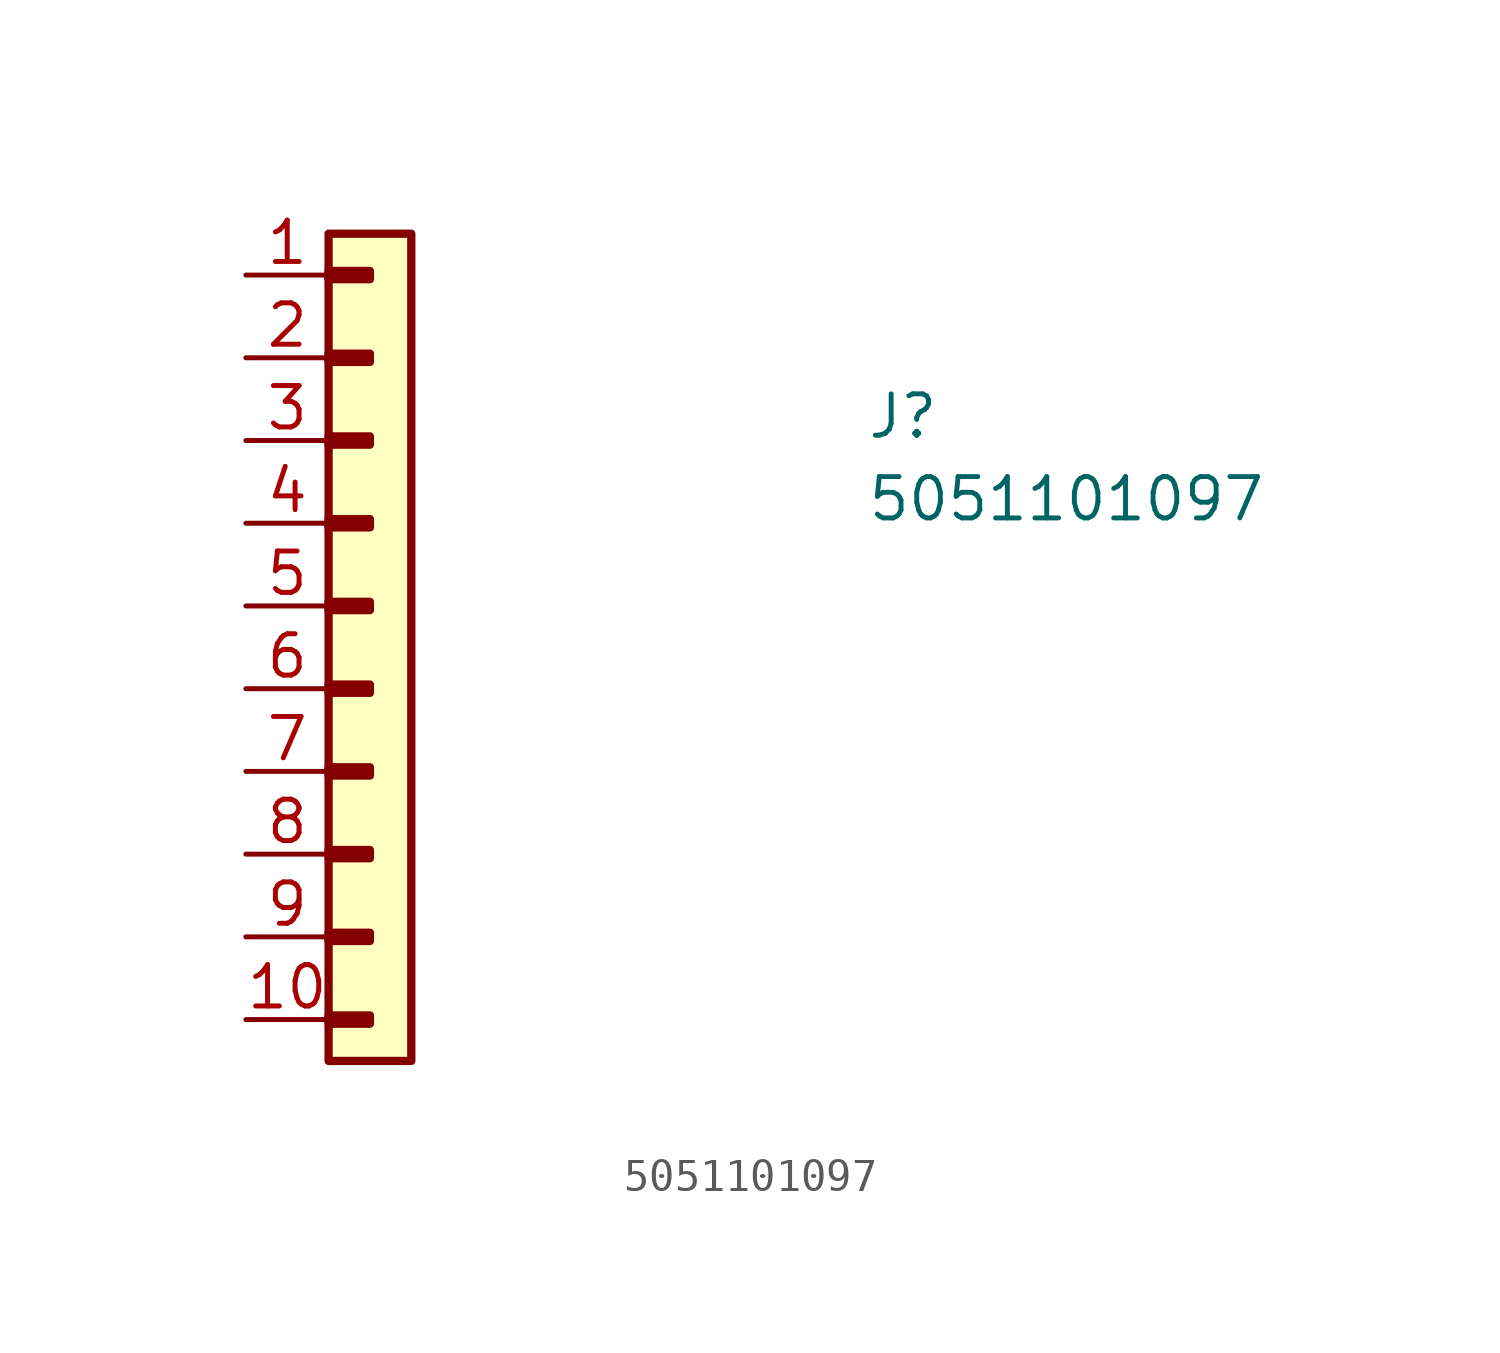
<source format=kicad_sym>
(kicad_symbol_lib
  (version 20211014)
  (generator kicad_symbol_editor)
  (symbol "5051101097"
    (property "Reference" "J"
      (at 19.05 -5.08 0)
      (effects (font (size 1.27 1.27) (thickness 0.15)) (justify left bottom)))
    (property "Value" "5051101097"
      (at 19.05 -7.62 0)
      (effects (font (size 1.27 1.27) (thickness 0.15)) (justify left bottom)))
    (symbol "5051101097_1_1"
      (rectangle (start 2.54 -22.733) (end 3.81 -22.987) (stroke (width 0.254) (type default) (color 0 0 0 0)) (fill (type background)))
      (rectangle (start 2.54 -20.193) (end 3.81 -20.447) (stroke (width 0.254) (type default) (color 0 0 0 0)) (fill (type background)))
      (rectangle (start 2.54 -17.653) (end 3.81 -17.907) (stroke (width 0.254) (type default) (color 0 0 0 0)) (fill (type background)))
      (rectangle (start 2.54 -15.113) (end 3.81 -15.367) (stroke (width 0.254) (type default) (color 0 0 0 0)) (fill (type background)))
      (rectangle (start 2.54 -12.573) (end 3.81 -12.827) (stroke (width 0.254) (type default) (color 0 0 0 0)) (fill (type background)))
      (rectangle (start 2.54 -10.033) (end 3.81 -10.287) (stroke (width 0.254) (type default) (color 0 0 0 0)) (fill (type background)))
      (rectangle (start 2.54 -7.493) (end 3.81 -7.747) (stroke (width 0.254) (type default) (color 0 0 0 0)) (fill (type background)))
      (rectangle (start 2.54 -4.953) (end 3.81 -5.207) (stroke (width 0.254) (type default) (color 0 0 0 0)) (fill (type background)))
      (rectangle (start 2.54 -2.413) (end 3.81 -2.667) (stroke (width 0.254) (type default) (color 0 0 0 0)) (fill (type background)))
      (rectangle (start 2.54 0.127) (end 3.81 -0.127) (stroke (width 0.254) (type default) (color 0 0 0 0)) (fill (type background)))
      (rectangle (start 2.54 1.27) (end 5.08 -24.13) (stroke (width 0.254) (type default) (color 0 0 0 0)) (fill (type background)))
      (pin passive line (at 0 0 0) (length 2.54) (name "~" (effects (font (size 1.27 1.27)))) (number "1" (effects (font (size 1.27 1.27)))))
      (pin passive line (at 0 -22.86 0) (length 2.54) (name "~" (effects (font (size 1.27 1.27)))) (number "10" (effects (font (size 1.27 1.27)))))
      (pin passive line (at 0 -2.54 0) (length 2.54) (name "~" (effects (font (size 1.27 1.27)))) (number "2" (effects (font (size 1.27 1.27)))))
      (pin passive line (at 0 -5.08 0) (length 2.54) (name "~" (effects (font (size 1.27 1.27)))) (number "3" (effects (font (size 1.27 1.27)))))
      (pin passive line (at 0 -7.62 0) (length 2.54) (name "~" (effects (font (size 1.27 1.27)))) (number "4" (effects (font (size 1.27 1.27)))))
      (pin passive line (at 0 -10.16 0) (length 2.54) (name "~" (effects (font (size 1.27 1.27)))) (number "5" (effects (font (size 1.27 1.27)))))
      (pin passive line (at 0 -12.7 0) (length 2.54) (name "~" (effects (font (size 1.27 1.27)))) (number "6" (effects (font (size 1.27 1.27)))))
      (pin passive line (at 0 -15.24 0) (length 2.54) (name "~" (effects (font (size 1.27 1.27)))) (number "7" (effects (font (size 1.27 1.27)))))
      (pin passive line (at 0 -17.78 0) (length 2.54) (name "~" (effects (font (size 1.27 1.27)))) (number "8" (effects (font (size 1.27 1.27)))))
      (pin passive line (at 0 -20.32 0) (length 2.54) (name "~" (effects (font (size 1.27 1.27)))) (number "9" (effects (font (size 1.27 1.27))))))))
</source>
